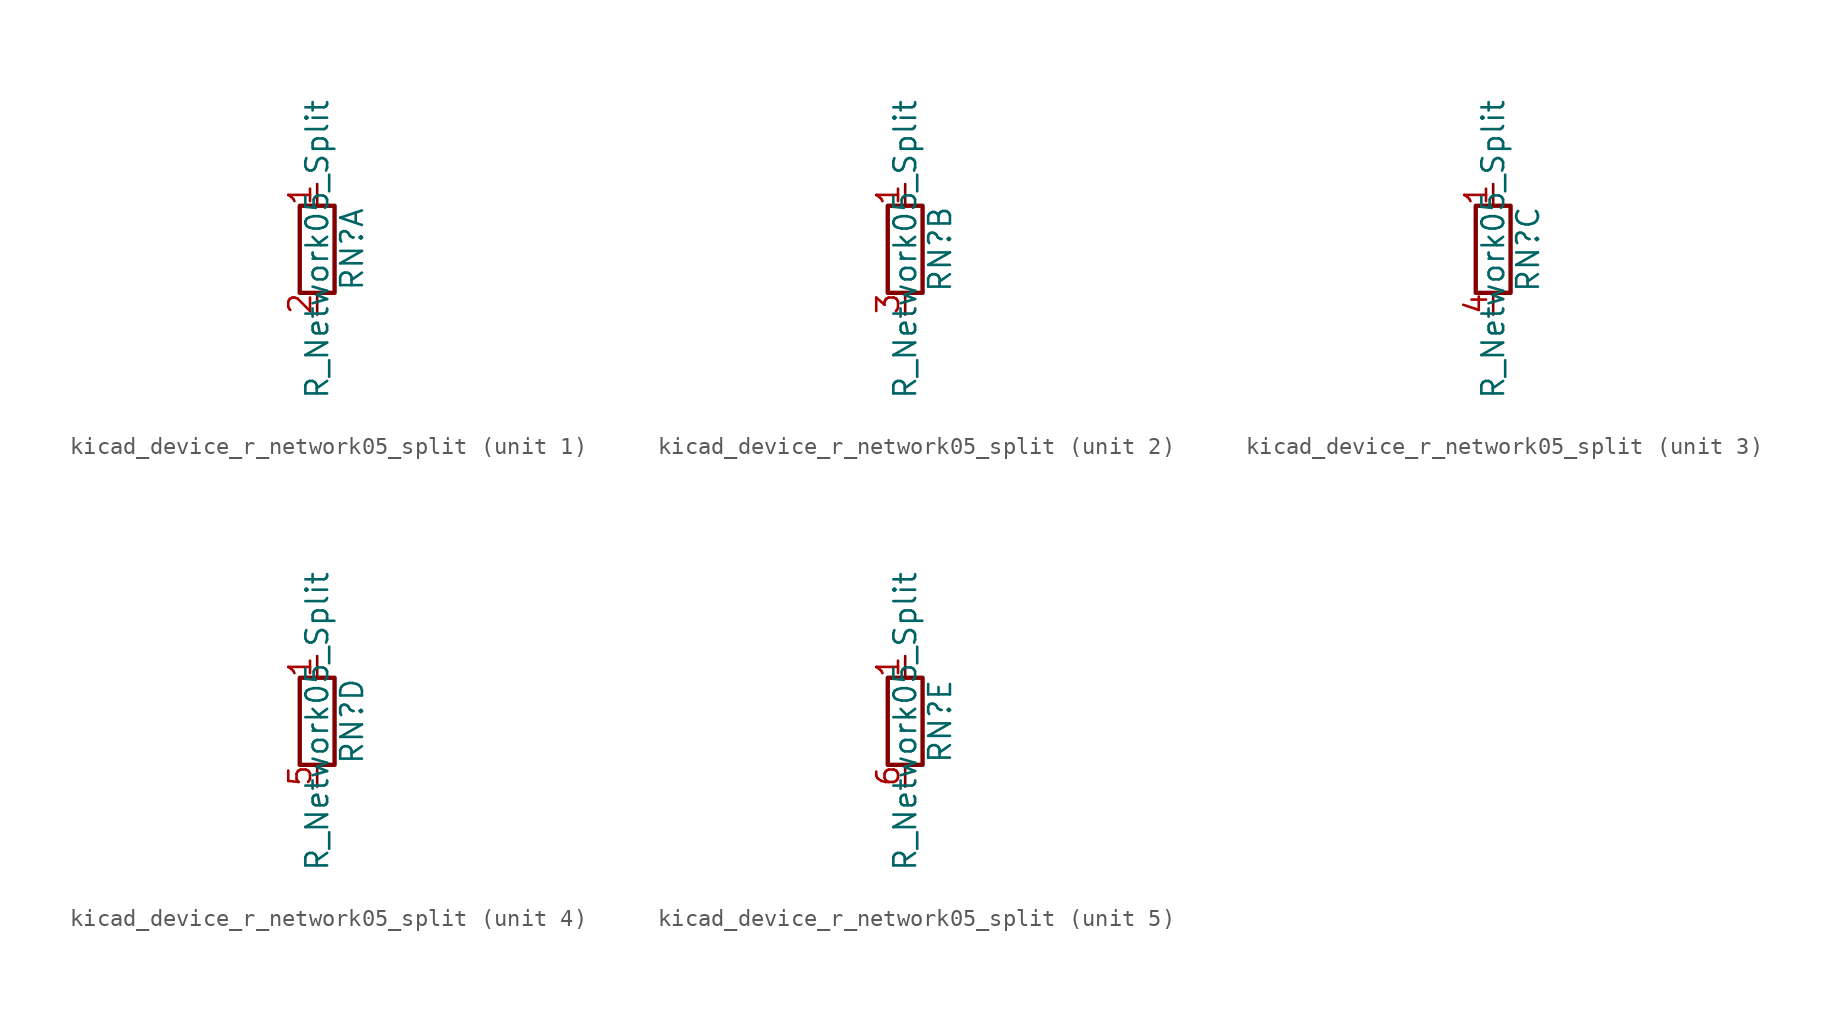
<source format=kicad_sym>
(kicad_symbol_lib
  (version 20220914)
  (generator kicad_symbol_editor)
  (symbol "kicad_device_r_network05_split"
    (pin_names
      (offset 0) hide)
    (property "Reference" "RN"
      (at 2.032 0 90)
      (effects (font (size 1.27 1.27))))
    (property "Value" "R_Network05_Split"
      (at 0 0 90)
      (effects (font (size 1.27 1.27))))
    (symbol "kicad_device_r_network05_split_0_1"
      (rectangle (start 1.016 2.54) (end -1.016 -2.54) (stroke (width 0.254) (type default)) (fill (type none)))
      (pin passive line (at 0 3.81 270) (length 1.27) (name "R1" (effects (font (size 1.27 1.27)))) (number "1" (effects (font (size 1.27 1.27))))))
    (symbol "kicad_device_r_network05_split_1_1"
      (pin passive line (at 0 -3.81 90) (length 1.27) (name "R1.2" (effects (font (size 1.27 1.27)))) (number "2" (effects (font (size 1.27 1.27))))))
    (symbol "kicad_device_r_network05_split_2_1"
      (pin passive line (at 0 -3.81 90) (length 1.27) (name "R2.2" (effects (font (size 1.27 1.27)))) (number "3" (effects (font (size 1.27 1.27))))))
    (symbol "kicad_device_r_network05_split_3_1"
      (pin passive line (at 0 -3.81 90) (length 1.27) (name "R3.2" (effects (font (size 1.27 1.27)))) (number "4" (effects (font (size 1.27 1.27))))))
    (symbol "kicad_device_r_network05_split_4_1"
      (pin passive line (at 0 -3.81 90) (length 1.27) (name "R4.2" (effects (font (size 1.27 1.27)))) (number "5" (effects (font (size 1.27 1.27))))))
    (symbol "kicad_device_r_network05_split_5_1"
      (pin passive line (at 0 -3.81 90) (length 1.27) (name "R5.2" (effects (font (size 1.27 1.27)))) (number "6" (effects (font (size 1.27 1.27))))))))
</source>
